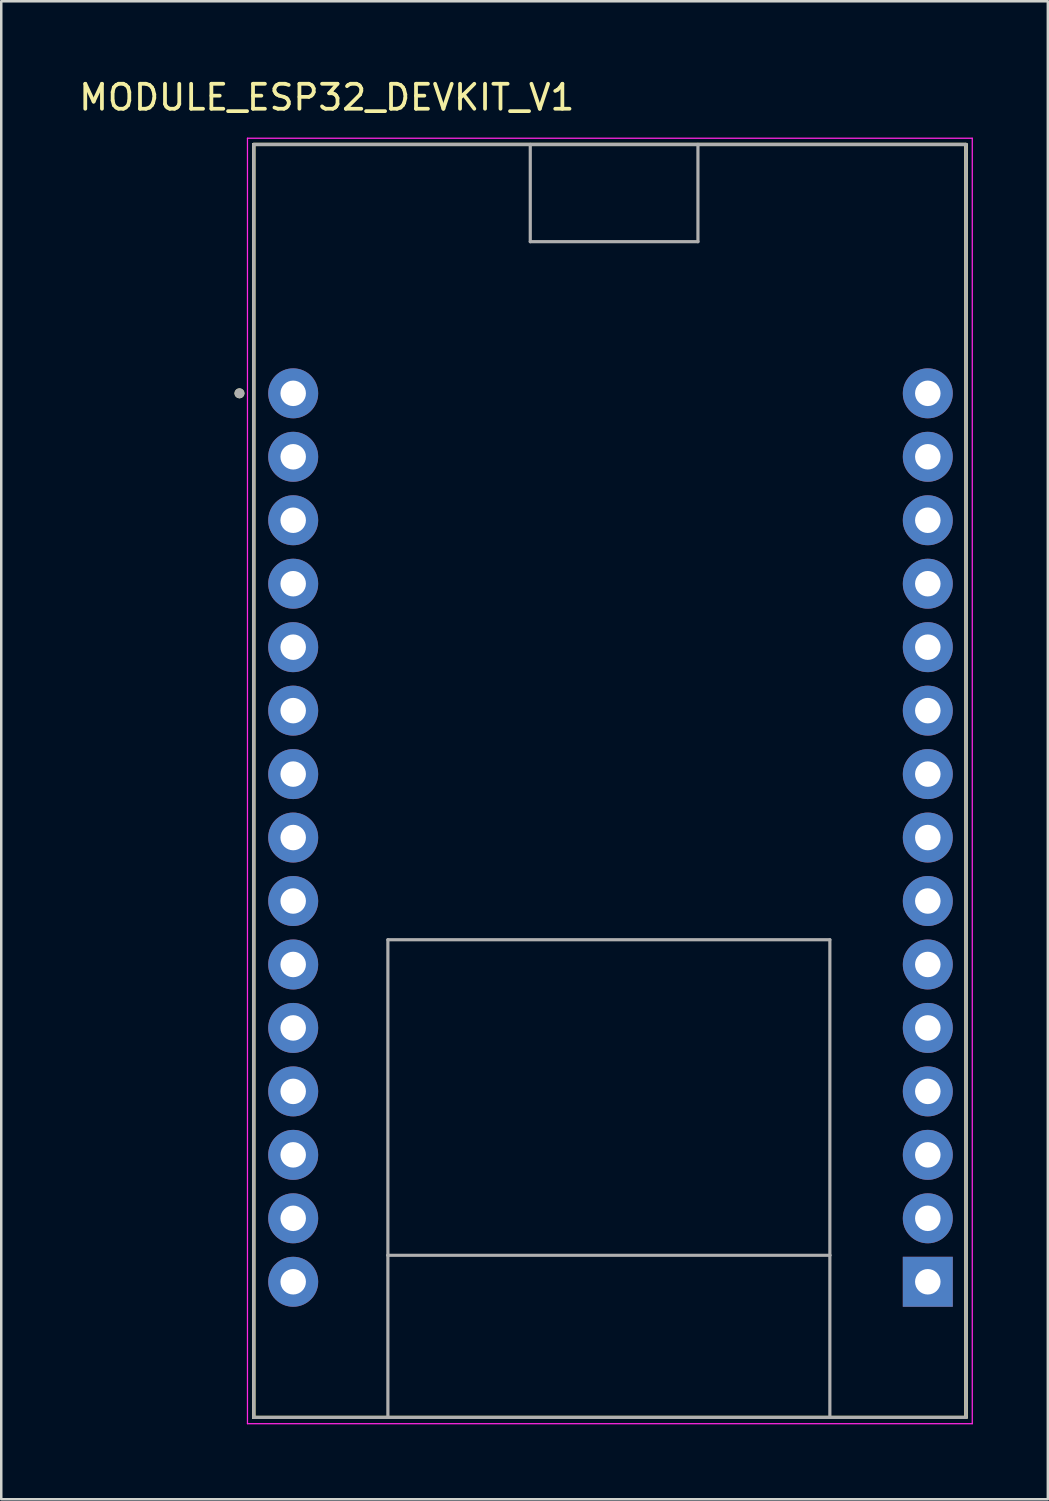
<source format=kicad_pcb>
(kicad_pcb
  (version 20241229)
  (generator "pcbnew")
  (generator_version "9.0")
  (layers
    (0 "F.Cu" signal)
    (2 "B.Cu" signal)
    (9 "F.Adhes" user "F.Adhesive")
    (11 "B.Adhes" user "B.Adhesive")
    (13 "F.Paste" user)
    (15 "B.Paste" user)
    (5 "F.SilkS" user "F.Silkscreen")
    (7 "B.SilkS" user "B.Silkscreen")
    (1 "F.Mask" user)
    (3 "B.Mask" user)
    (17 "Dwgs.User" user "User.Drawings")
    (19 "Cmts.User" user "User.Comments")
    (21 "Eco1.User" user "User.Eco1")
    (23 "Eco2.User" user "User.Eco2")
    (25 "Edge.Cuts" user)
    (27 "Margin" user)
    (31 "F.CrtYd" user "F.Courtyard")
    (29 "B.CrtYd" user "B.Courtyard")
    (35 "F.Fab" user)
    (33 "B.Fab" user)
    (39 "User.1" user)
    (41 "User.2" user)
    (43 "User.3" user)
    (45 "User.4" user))
  (footprint "MODULE_ESP32_DEVKIT_V1"
    (layer "F.Cu")
    (at 21.385 28.208)
    (property "Reference" "MODULE_ESP32_DEVKIT_V1" (at -11.355 -27.36 0) (layer "F.SilkS") (effects (font (size 1 1) (thickness 0.15))))
    (attr through_hole)
    (fp_line (start -14.28 -25.475) (end -3.211 -25.475) (stroke (width 0.127) (type solid)) (layer "F.SilkS"))
    (fp_line (start -14.28 -25.475) (end 14.23 -25.475) (stroke (width 0.127) (type solid)) (layer "F.SilkS"))
    (fp_line (start -14.28 25.475) (end -14.28 -25.475) (stroke (width 0.127) (type solid)) (layer "F.SilkS"))
    (fp_line (start -14.28 25.475) (end -14.28 -25.475) (stroke (width 0.127) (type solid)) (layer "F.SilkS"))
    (fp_line (start -14.28 25.475) (end -8.91 25.475) (stroke (width 0.127) (type solid)) (layer "F.SilkS"))
    (fp_line (start -8.91 25.475) (end 8.78 25.475) (stroke (width 0.127) (type solid)) (layer "F.SilkS"))
    (fp_line (start -3.211 -25.475) (end 3.5 -25.475) (stroke (width 0.127) (type solid)) (layer "F.SilkS"))
    (fp_line (start 3.5 -25.475) (end 14.23 -25.475) (stroke (width 0.127) (type solid)) (layer "F.SilkS"))
    (fp_line (start 8.78 25.475) (end 14.23 25.475) (stroke (width 0.127) (type solid)) (layer "F.SilkS"))
    (fp_line (start 14.23 -25.475) (end 14.23 25.475) (stroke (width 0.127) (type solid)) (layer "F.SilkS"))
    (fp_line (start 14.23 -25.475) (end 14.23 25.475) (stroke (width 0.127) (type solid)) (layer "F.SilkS"))
    (fp_line (start 14.23 25.475) (end -14.28 25.475) (stroke (width 0.127) (type solid)) (layer "F.SilkS"))
    (fp_circle (center -14.85 -15.515) (end -14.75 -15.515) (stroke (width 0.2) (type solid)) (fill no) (layer "F.SilkS"))
    (fp_line (start -14.53 -25.725) (end -14.53 25.725) (stroke (width 0.05) (type solid)) (layer "F.CrtYd"))
    (fp_line (start -14.53 25.725) (end 14.48 25.725) (stroke (width 0.05) (type solid)) (layer "F.CrtYd"))
    (fp_line (start 14.48 -25.725) (end -14.53 -25.725) (stroke (width 0.05) (type solid)) (layer "F.CrtYd"))
    (fp_line (start 14.48 25.725) (end 14.48 -25.725) (stroke (width 0.05) (type solid)) (layer "F.CrtYd"))
    (fp_line (start -14.28 -25.475) (end -3.211 -25.475) (stroke (width 0.127) (type solid)) (layer "F.Fab"))
    (fp_line (start -14.28 25.475) (end -14.28 -25.475) (stroke (width 0.127) (type solid)) (layer "F.Fab"))
    (fp_line (start -14.28 25.475) (end -8.91 25.475) (stroke (width 0.127) (type solid)) (layer "F.Fab"))
    (fp_line (start -8.91 6.355) (end 8.78 6.355) (stroke (width 0.127) (type solid)) (layer "F.Fab"))
    (fp_line (start -8.91 18.985) (end -8.91 6.355) (stroke (width 0.127) (type solid)) (layer "F.Fab"))
    (fp_line (start -8.91 18.985) (end 8.78 18.985) (stroke (width 0.127) (type solid)) (layer "F.Fab"))
    (fp_line (start -8.91 25.475) (end -8.91 18.985) (stroke (width 0.127) (type solid)) (layer "F.Fab"))
    (fp_line (start -8.91 25.475) (end 8.78 25.475) (stroke (width 0.127) (type solid)) (layer "F.Fab"))
    (fp_line (start -3.211 -25.475) (end 3.5 -25.475) (stroke (width 0.127) (type solid)) (layer "F.Fab"))
    (fp_line (start -3.211 -21.585) (end -3.211 -25.475) (stroke (width 0.127) (type solid)) (layer "F.Fab"))
    (fp_line (start 3.5 -25.475) (end 3.5 -21.585) (stroke (width 0.127) (type solid)) (layer "F.Fab"))
    (fp_line (start 3.5 -25.475) (end 14.23 -25.475) (stroke (width 0.127) (type solid)) (layer "F.Fab"))
    (fp_line (start 3.5 -21.585) (end -3.211 -21.585) (stroke (width 0.127) (type solid)) (layer "F.Fab"))
    (fp_line (start 8.78 6.355) (end 8.78 18.985) (stroke (width 0.127) (type solid)) (layer "F.Fab"))
    (fp_line (start 8.78 18.985) (end 8.78 25.475) (stroke (width 0.127) (type solid)) (layer "F.Fab"))
    (fp_line (start 8.78 25.475) (end 14.23 25.475) (stroke (width 0.127) (type solid)) (layer "F.Fab"))
    (fp_line (start 14.23 -25.475) (end 14.23 25.475) (stroke (width 0.127) (type solid)) (layer "F.Fab"))
    (fp_circle (center -14.85 -15.515) (end -14.75 -15.515) (stroke (width 0.2) (type solid)) (fill no) (layer "F.Fab"))
    (pad "1" thru_hole rect (at 12.7 20.045) (size 2 2) (drill 1.02) (layers "*.Cu" "*.Mask"))
    (pad "2" thru_hole circle (at 12.7 17.505) (size 2 2) (drill 1.02) (layers "*.Cu" "*.Mask"))
    (pad "3" thru_hole circle (at 12.7 14.965) (size 2 2) (drill 1.02) (layers "*.Cu" "*.Mask"))
    (pad "4" thru_hole circle (at 12.7 12.425) (size 2 2) (drill 1.02) (layers "*.Cu" "*.Mask"))
    (pad "5" thru_hole circle (at 12.7 9.885) (size 2 2) (drill 1.02) (layers "*.Cu" "*.Mask"))
    (pad "6" thru_hole circle (at 12.7 7.345) (size 2 2) (drill 1.02) (layers "*.Cu" "*.Mask"))
    (pad "7" thru_hole circle (at 12.7 4.805) (size 2 2) (drill 1.02) (layers "*.Cu" "*.Mask"))
    (pad "8" thru_hole circle (at 12.7 2.265) (size 2 2) (drill 1.02) (layers "*.Cu" "*.Mask"))
    (pad "9" thru_hole circle (at 12.7 -0.275) (size 2 2) (drill 1.02) (layers "*.Cu" "*.Mask"))
    (pad "10" thru_hole circle (at 12.7 -2.815) (size 2 2) (drill 1.02) (layers "*.Cu" "*.Mask"))
    (pad "11" thru_hole circle (at 12.7 -5.355) (size 2 2) (drill 1.02) (layers "*.Cu" "*.Mask"))
    (pad "12" thru_hole circle (at 12.7 -7.895) (size 2 2) (drill 1.02) (layers "*.Cu" "*.Mask"))
    (pad "13" thru_hole circle (at 12.7 -10.435) (size 2 2) (drill 1.02) (layers "*.Cu" "*.Mask"))
    (pad "14" thru_hole circle (at 12.7 -12.975) (size 2 2) (drill 1.02) (layers "*.Cu" "*.Mask"))
    (pad "15" thru_hole circle (at 12.7 -15.515) (size 2 2) (drill 1.02) (layers "*.Cu" "*.Mask"))
    (pad "16" thru_hole circle (at -12.7 -15.515) (size 2 2) (drill 1.02) (layers "*.Cu" "*.Mask"))
    (pad "17" thru_hole circle (at -12.7 -12.975) (size 2 2) (drill 1.02) (layers "*.Cu" "*.Mask"))
    (pad "18" thru_hole circle (at -12.7 -10.435) (size 2 2) (drill 1.02) (layers "*.Cu" "*.Mask"))
    (pad "19" thru_hole circle (at -12.7 -7.895) (size 2 2) (drill 1.02) (layers "*.Cu" "*.Mask"))
    (pad "20" thru_hole circle (at -12.7 -5.355) (size 2 2) (drill 1.02) (layers "*.Cu" "*.Mask"))
    (pad "21" thru_hole circle (at -12.7 -2.815) (size 2 2) (drill 1.02) (layers "*.Cu" "*.Mask"))
    (pad "22" thru_hole circle (at -12.7 -0.275) (size 2 2) (drill 1.02) (layers "*.Cu" "*.Mask"))
    (pad "23" thru_hole circle (at -12.7 2.265) (size 2 2) (drill 1.02) (layers "*.Cu" "*.Mask"))
    (pad "24" thru_hole circle (at -12.7 4.805) (size 2 2) (drill 1.02) (layers "*.Cu" "*.Mask"))
    (pad "25" thru_hole circle (at -12.7 7.345) (size 2 2) (drill 1.02) (layers "*.Cu" "*.Mask"))
    (pad "26" thru_hole circle (at -12.7 9.885) (size 2 2) (drill 1.02) (layers "*.Cu" "*.Mask"))
    (pad "27" thru_hole circle (at -12.7 12.425) (size 2 2) (drill 1.02) (layers "*.Cu" "*.Mask"))
    (pad "28" thru_hole circle (at -12.7 14.965) (size 2 2) (drill 1.02) (layers "*.Cu" "*.Mask"))
    (pad "29" thru_hole circle (at -12.7 17.505) (size 2 2) (drill 1.02) (layers "*.Cu" "*.Mask"))
    (pad "30" thru_hole circle (at -12.7 20.045) (size 2 2) (drill 1.02) (layers "*.Cu" "*.Mask")))
  (gr_rect
    (start -3 -3)
    (end 38.89 56.958)
    (stroke (width 0.1) (type default))
    (fill no)
    (layer "Edge.Cuts")))
</source>
